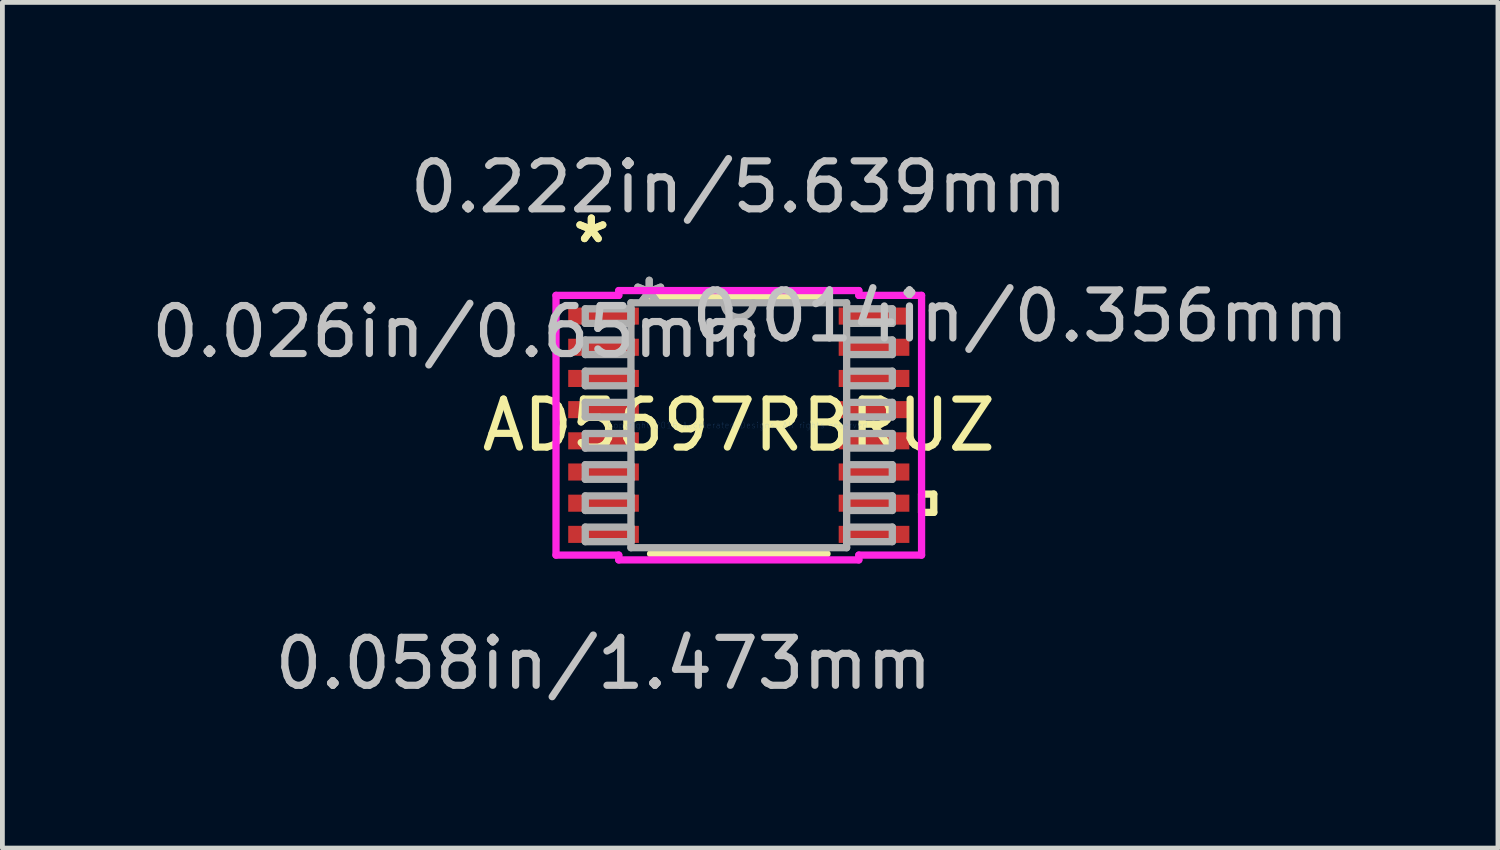
<source format=kicad_pcb>
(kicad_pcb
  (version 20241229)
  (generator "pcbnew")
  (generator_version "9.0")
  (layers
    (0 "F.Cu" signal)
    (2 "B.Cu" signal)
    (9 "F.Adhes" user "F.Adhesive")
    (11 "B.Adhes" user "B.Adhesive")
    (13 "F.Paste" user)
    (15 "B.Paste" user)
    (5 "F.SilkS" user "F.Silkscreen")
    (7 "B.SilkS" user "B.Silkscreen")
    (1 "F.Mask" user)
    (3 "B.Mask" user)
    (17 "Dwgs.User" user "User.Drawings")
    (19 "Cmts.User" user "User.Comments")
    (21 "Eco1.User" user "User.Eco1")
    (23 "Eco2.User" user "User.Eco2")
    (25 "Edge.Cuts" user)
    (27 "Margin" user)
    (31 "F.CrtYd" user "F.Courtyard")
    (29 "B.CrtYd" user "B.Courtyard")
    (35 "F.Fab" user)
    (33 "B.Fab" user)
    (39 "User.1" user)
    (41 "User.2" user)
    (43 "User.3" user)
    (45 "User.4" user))
  (footprint "AD5697RBRUZ"
    (layer "F.Cu")
    (at 12.35 5.814)
    (property "Reference" "AD5697RBRUZ" (at 0 0 0) (layer "F.SilkS") (effects (font (size 1 1) (thickness 0.15))))
    (attr through_hole)
    (fp_line (start -1.839 2.68) (end 1.839 2.68) (stroke (width 0.152) (type solid)) (layer "F.SilkS"))
    (fp_line (start 1.839 -2.68) (end -1.839 -2.68) (stroke (width 0.152) (type solid)) (layer "F.SilkS"))
    (fp_line (start 3.81 1.435) (end 4.064 1.435) (stroke (width 0.152) (type solid)) (layer "F.SilkS"))
    (fp_line (start 3.81 1.816) (end 3.81 1.435) (stroke (width 0.152) (type solid)) (layer "F.SilkS"))
    (fp_line (start 4.064 1.435) (end 4.064 1.816) (stroke (width 0.152) (type solid)) (layer "F.SilkS"))
    (fp_line (start 4.064 1.816) (end 3.81 1.816) (stroke (width 0.152) (type solid)) (layer "F.SilkS"))
    (fp_line (start -3.81 -2.707) (end -2.502 -2.707) (stroke (width 0.152) (type solid)) (layer "F.CrtYd"))
    (fp_line (start -3.81 2.707) (end -3.81 -2.707) (stroke (width 0.152) (type solid)) (layer "F.CrtYd"))
    (fp_line (start -2.502 -2.807) (end 2.502 -2.807) (stroke (width 0.152) (type solid)) (layer "F.CrtYd"))
    (fp_line (start -2.502 -2.707) (end -2.502 -2.807) (stroke (width 0.152) (type solid)) (layer "F.CrtYd"))
    (fp_line (start -2.502 2.707) (end -3.81 2.707) (stroke (width 0.152) (type solid)) (layer "F.CrtYd"))
    (fp_line (start -2.502 2.807) (end -2.502 2.707) (stroke (width 0.152) (type solid)) (layer "F.CrtYd"))
    (fp_line (start 2.502 -2.807) (end 2.502 -2.707) (stroke (width 0.152) (type solid)) (layer "F.CrtYd"))
    (fp_line (start 2.502 -2.707) (end 3.81 -2.707) (stroke (width 0.152) (type solid)) (layer "F.CrtYd"))
    (fp_line (start 2.502 2.707) (end 2.502 2.807) (stroke (width 0.152) (type solid)) (layer "F.CrtYd"))
    (fp_line (start 2.502 2.807) (end -2.502 2.807) (stroke (width 0.152) (type solid)) (layer "F.CrtYd"))
    (fp_line (start 3.81 -2.707) (end 3.81 2.707) (stroke (width 0.152) (type solid)) (layer "F.CrtYd"))
    (fp_line (start 3.81 2.707) (end 2.502 2.707) (stroke (width 0.152) (type solid)) (layer "F.CrtYd"))
    (fp_line (start -3.2 -2.427) (end -3.2 -2.123) (stroke (width 0.152) (type solid)) (layer "F.Fab"))
    (fp_line (start -3.2 -2.123) (end -2.248 -2.123) (stroke (width 0.152) (type solid)) (layer "F.Fab"))
    (fp_line (start -3.2 -1.777) (end -3.2 -1.473) (stroke (width 0.152) (type solid)) (layer "F.Fab"))
    (fp_line (start -3.2 -1.473) (end -2.248 -1.473) (stroke (width 0.152) (type solid)) (layer "F.Fab"))
    (fp_line (start -3.2 -1.127) (end -3.2 -0.823) (stroke (width 0.152) (type solid)) (layer "F.Fab"))
    (fp_line (start -3.2 -0.823) (end -2.248 -0.823) (stroke (width 0.152) (type solid)) (layer "F.Fab"))
    (fp_line (start -3.2 -0.477) (end -3.2 -0.173) (stroke (width 0.152) (type solid)) (layer "F.Fab"))
    (fp_line (start -3.2 -0.173) (end -2.248 -0.173) (stroke (width 0.152) (type solid)) (layer "F.Fab"))
    (fp_line (start -3.2 0.173) (end -3.2 0.477) (stroke (width 0.152) (type solid)) (layer "F.Fab"))
    (fp_line (start -3.2 0.477) (end -2.248 0.477) (stroke (width 0.152) (type solid)) (layer "F.Fab"))
    (fp_line (start -3.2 0.823) (end -3.2 1.127) (stroke (width 0.152) (type solid)) (layer "F.Fab"))
    (fp_line (start -3.2 1.127) (end -2.248 1.127) (stroke (width 0.152) (type solid)) (layer "F.Fab"))
    (fp_line (start -3.2 1.473) (end -3.2 1.777) (stroke (width 0.152) (type solid)) (layer "F.Fab"))
    (fp_line (start -3.2 1.777) (end -2.248 1.777) (stroke (width 0.152) (type solid)) (layer "F.Fab"))
    (fp_line (start -3.2 2.123) (end -3.2 2.427) (stroke (width 0.152) (type solid)) (layer "F.Fab"))
    (fp_line (start -3.2 2.427) (end -2.248 2.427) (stroke (width 0.152) (type solid)) (layer "F.Fab"))
    (fp_line (start -2.248 -2.553) (end -2.248 2.553) (stroke (width 0.152) (type solid)) (layer "F.Fab"))
    (fp_line (start -2.248 -2.427) (end -3.2 -2.427) (stroke (width 0.152) (type solid)) (layer "F.Fab"))
    (fp_line (start -2.248 -2.123) (end -2.248 -2.427) (stroke (width 0.152) (type solid)) (layer "F.Fab"))
    (fp_line (start -2.248 -1.777) (end -3.2 -1.777) (stroke (width 0.152) (type solid)) (layer "F.Fab"))
    (fp_line (start -2.248 -1.473) (end -2.248 -1.777) (stroke (width 0.152) (type solid)) (layer "F.Fab"))
    (fp_line (start -2.248 -1.127) (end -3.2 -1.127) (stroke (width 0.152) (type solid)) (layer "F.Fab"))
    (fp_line (start -2.248 -0.823) (end -2.248 -1.127) (stroke (width 0.152) (type solid)) (layer "F.Fab"))
    (fp_line (start -2.248 -0.477) (end -3.2 -0.477) (stroke (width 0.152) (type solid)) (layer "F.Fab"))
    (fp_line (start -2.248 -0.173) (end -2.248 -0.477) (stroke (width 0.152) (type solid)) (layer "F.Fab"))
    (fp_line (start -2.248 0.173) (end -3.2 0.173) (stroke (width 0.152) (type solid)) (layer "F.Fab"))
    (fp_line (start -2.248 0.477) (end -2.248 0.173) (stroke (width 0.152) (type solid)) (layer "F.Fab"))
    (fp_line (start -2.248 0.823) (end -3.2 0.823) (stroke (width 0.152) (type solid)) (layer "F.Fab"))
    (fp_line (start -2.248 1.127) (end -2.248 0.823) (stroke (width 0.152) (type solid)) (layer "F.Fab"))
    (fp_line (start -2.248 1.473) (end -3.2 1.473) (stroke (width 0.152) (type solid)) (layer "F.Fab"))
    (fp_line (start -2.248 1.777) (end -2.248 1.473) (stroke (width 0.152) (type solid)) (layer "F.Fab"))
    (fp_line (start -2.248 2.123) (end -3.2 2.123) (stroke (width 0.152) (type solid)) (layer "F.Fab"))
    (fp_line (start -2.248 2.427) (end -2.248 2.123) (stroke (width 0.152) (type solid)) (layer "F.Fab"))
    (fp_line (start -2.248 2.553) (end 2.248 2.553) (stroke (width 0.152) (type solid)) (layer "F.Fab"))
    (fp_line (start 2.248 -2.553) (end -2.248 -2.553) (stroke (width 0.152) (type solid)) (layer "F.Fab"))
    (fp_line (start 2.248 -2.427) (end 2.248 -2.123) (stroke (width 0.152) (type solid)) (layer "F.Fab"))
    (fp_line (start 2.248 -2.123) (end 3.2 -2.123) (stroke (width 0.152) (type solid)) (layer "F.Fab"))
    (fp_line (start 2.248 -1.777) (end 2.248 -1.473) (stroke (width 0.152) (type solid)) (layer "F.Fab"))
    (fp_line (start 2.248 -1.473) (end 3.2 -1.473) (stroke (width 0.152) (type solid)) (layer "F.Fab"))
    (fp_line (start 2.248 -1.127) (end 2.248 -0.823) (stroke (width 0.152) (type solid)) (layer "F.Fab"))
    (fp_line (start 2.248 -0.823) (end 3.2 -0.823) (stroke (width 0.152) (type solid)) (layer "F.Fab"))
    (fp_line (start 2.248 -0.477) (end 2.248 -0.173) (stroke (width 0.152) (type solid)) (layer "F.Fab"))
    (fp_line (start 2.248 -0.173) (end 3.2 -0.173) (stroke (width 0.152) (type solid)) (layer "F.Fab"))
    (fp_line (start 2.248 0.173) (end 2.248 0.477) (stroke (width 0.152) (type solid)) (layer "F.Fab"))
    (fp_line (start 2.248 0.477) (end 3.2 0.477) (stroke (width 0.152) (type solid)) (layer "F.Fab"))
    (fp_line (start 2.248 0.823) (end 2.248 1.127) (stroke (width 0.152) (type solid)) (layer "F.Fab"))
    (fp_line (start 2.248 1.127) (end 3.2 1.127) (stroke (width 0.152) (type solid)) (layer "F.Fab"))
    (fp_line (start 2.248 1.473) (end 2.248 1.777) (stroke (width 0.152) (type solid)) (layer "F.Fab"))
    (fp_line (start 2.248 1.777) (end 3.2 1.777) (stroke (width 0.152) (type solid)) (layer "F.Fab"))
    (fp_line (start 2.248 2.123) (end 2.248 2.427) (stroke (width 0.152) (type solid)) (layer "F.Fab"))
    (fp_line (start 2.248 2.427) (end 3.2 2.427) (stroke (width 0.152) (type solid)) (layer "F.Fab"))
    (fp_line (start 2.248 2.553) (end 2.248 -2.553) (stroke (width 0.152) (type solid)) (layer "F.Fab"))
    (fp_line (start 3.2 -2.427) (end 2.248 -2.427) (stroke (width 0.152) (type solid)) (layer "F.Fab"))
    (fp_line (start 3.2 -2.123) (end 3.2 -2.427) (stroke (width 0.152) (type solid)) (layer "F.Fab"))
    (fp_line (start 3.2 -1.777) (end 2.248 -1.777) (stroke (width 0.152) (type solid)) (layer "F.Fab"))
    (fp_line (start 3.2 -1.473) (end 3.2 -1.777) (stroke (width 0.152) (type solid)) (layer "F.Fab"))
    (fp_line (start 3.2 -1.127) (end 2.248 -1.127) (stroke (width 0.152) (type solid)) (layer "F.Fab"))
    (fp_line (start 3.2 -0.823) (end 3.2 -1.127) (stroke (width 0.152) (type solid)) (layer "F.Fab"))
    (fp_line (start 3.2 -0.477) (end 2.248 -0.477) (stroke (width 0.152) (type solid)) (layer "F.Fab"))
    (fp_line (start 3.2 -0.173) (end 3.2 -0.477) (stroke (width 0.152) (type solid)) (layer "F.Fab"))
    (fp_line (start 3.2 0.173) (end 2.248 0.173) (stroke (width 0.152) (type solid)) (layer "F.Fab"))
    (fp_line (start 3.2 0.477) (end 3.2 0.173) (stroke (width 0.152) (type solid)) (layer "F.Fab"))
    (fp_line (start 3.2 0.823) (end 2.248 0.823) (stroke (width 0.152) (type solid)) (layer "F.Fab"))
    (fp_line (start 3.2 1.127) (end 3.2 0.823) (stroke (width 0.152) (type solid)) (layer "F.Fab"))
    (fp_line (start 3.2 1.473) (end 2.248 1.473) (stroke (width 0.152) (type solid)) (layer "F.Fab"))
    (fp_line (start 3.2 1.777) (end 3.2 1.473) (stroke (width 0.152) (type solid)) (layer "F.Fab"))
    (fp_line (start 3.2 2.123) (end 2.248 2.123) (stroke (width 0.152) (type solid)) (layer "F.Fab"))
    (fp_line (start 3.2 2.427) (end 3.2 2.123) (stroke (width 0.152) (type solid)) (layer "F.Fab"))
    (fp_arc (start 0.3048 -2.5527) (mid 0 -2.2479) (end -0.3048 -2.5527) (stroke (width 0.1524) (type solid)) (layer "F.Fab"))
    (fp_text user "*" (at -3.073 -3.774 0) (layer "F.SilkS") (effects (font (size 1 1) (thickness 0.15))))
    (fp_text user "*" (at -3.073 -3.774 0) (layer "F.SilkS") (effects (font (size 1 1) (thickness 0.15))))
    (fp_text user "0.014in/0.356mm" (at 5.867 -2.275 0) (layer "Dwgs.User") (effects (font (size 1 1) (thickness 0.15))))
    (fp_text user "0.026in/0.65mm" (at -5.867 -1.95 0) (layer "Dwgs.User") (effects (font (size 1 1) (thickness 0.15))))
    (fp_text user "0.222in/5.639mm" (at 0 -4.966 0) (layer "Dwgs.User") (effects (font (size 1 1) (thickness 0.15))))
    (fp_text user "0.058in/1.473mm" (at -2.819 4.966 0) (layer "Dwgs.User") (effects (font (size 1 1) (thickness 0.15))))
    (fp_text user "Copyright 2016 Accelerated Designs. All rights reserved." (at 0 0 0) (layer "Cmts.User") (effects (font (size 0.127 0.127) (thickness 0.002))))
    (fp_text user "*" (at -1.867 -2.477 0) (layer "F.Fab") (effects (font (size 1 1) (thickness 0.15))))
    (fp_text user "*" (at -1.867 -2.477 0) (layer "F.Fab") (effects (font (size 1 1) (thickness 0.15))))
    (pad "1" smd rect (at -2.819 -2.275) (size 1.473 0.356) (layers "F.Cu" "F.Mask" "F.Paste"))
    (pad "2" smd rect (at -2.819 -1.625) (size 1.473 0.356) (layers "F.Cu" "F.Mask" "F.Paste"))
    (pad "3" smd rect (at -2.819 -0.975) (size 1.473 0.356) (layers "F.Cu" "F.Mask" "F.Paste"))
    (pad "4" smd rect (at -2.819 -0.325) (size 1.473 0.356) (layers "F.Cu" "F.Mask" "F.Paste"))
    (pad "5" smd rect (at -2.819 0.325) (size 1.473 0.356) (layers "F.Cu" "F.Mask" "F.Paste"))
    (pad "6" smd rect (at -2.819 0.975) (size 1.473 0.356) (layers "F.Cu" "F.Mask" "F.Paste"))
    (pad "7" smd rect (at -2.819 1.625) (size 1.473 0.356) (layers "F.Cu" "F.Mask" "F.Paste"))
    (pad "8" smd rect (at -2.819 2.275) (size 1.473 0.356) (layers "F.Cu" "F.Mask" "F.Paste"))
    (pad "9" smd rect (at 2.819 2.275) (size 1.473 0.356) (layers "F.Cu" "F.Mask" "F.Paste"))
    (pad "10" smd rect (at 2.819 1.625) (size 1.473 0.356) (layers "F.Cu" "F.Mask" "F.Paste"))
    (pad "11" smd rect (at 2.819 0.975) (size 1.473 0.356) (layers "F.Cu" "F.Mask" "F.Paste"))
    (pad "12" smd rect (at 2.819 0.325) (size 1.473 0.356) (layers "F.Cu" "F.Mask" "F.Paste"))
    (pad "13" smd rect (at 2.819 -0.325) (size 1.473 0.356) (layers "F.Cu" "F.Mask" "F.Paste"))
    (pad "14" smd rect (at 2.819 -0.975) (size 1.473 0.356) (layers "F.Cu" "F.Mask" "F.Paste"))
    (pad "15" smd rect (at 2.819 -1.625) (size 1.473 0.356) (layers "F.Cu" "F.Mask" "F.Paste"))
    (pad "16" smd rect (at 2.819 -2.275) (size 1.473 0.356) (layers "F.Cu" "F.Mask" "F.Paste")))
  (gr_rect
    (start -3 -3)
    (end 28.175 14.628)
    (stroke (width 0.1) (type default))
    (fill no)
    (layer "Edge.Cuts")))
</source>
